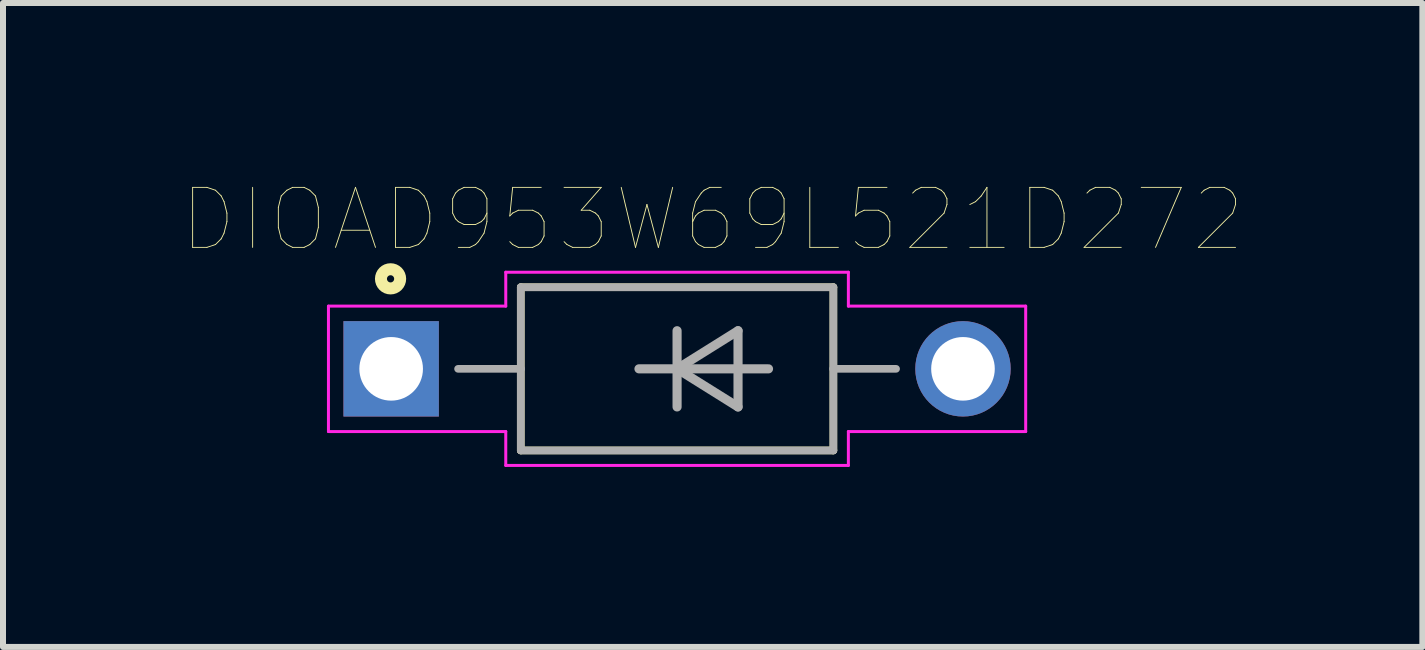
<source format=kicad_pcb>
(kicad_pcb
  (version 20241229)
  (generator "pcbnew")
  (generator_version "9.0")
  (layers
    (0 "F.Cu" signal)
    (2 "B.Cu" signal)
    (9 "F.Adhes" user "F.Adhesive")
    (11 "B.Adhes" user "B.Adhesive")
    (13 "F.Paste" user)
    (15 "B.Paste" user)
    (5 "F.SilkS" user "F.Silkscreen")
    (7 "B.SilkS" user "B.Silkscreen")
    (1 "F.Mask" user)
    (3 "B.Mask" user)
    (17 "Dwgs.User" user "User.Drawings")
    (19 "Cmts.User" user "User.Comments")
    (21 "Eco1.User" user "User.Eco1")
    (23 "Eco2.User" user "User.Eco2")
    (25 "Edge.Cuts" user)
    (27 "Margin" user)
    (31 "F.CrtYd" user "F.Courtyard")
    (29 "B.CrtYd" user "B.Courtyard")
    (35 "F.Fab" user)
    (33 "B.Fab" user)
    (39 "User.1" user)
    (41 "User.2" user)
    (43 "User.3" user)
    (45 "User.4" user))
  (footprint "DIOAD953W69L521D272"
    (layer "F.Cu")
    (at 8.234 3.097)
    (property "Reference" "DIOAD953W69L521D272" (at 0.593 -2.486 0) (layer "F.SilkS") (effects (font (size 1 1) (thickness 0.015))))
    (attr through_hole)
    (fp_line (start -2.605 -1.36) (end 2.605 -1.36) (stroke (width 0.127) (type solid)) (layer "F.SilkS"))
    (fp_line (start -2.605 1.36) (end -2.605 -1.36) (stroke (width 0.127) (type solid)) (layer "F.SilkS"))
    (fp_line (start 2.605 -1.36) (end 2.605 1.36) (stroke (width 0.127) (type solid)) (layer "F.SilkS"))
    (fp_line (start 2.605 1.36) (end -2.605 1.36) (stroke (width 0.127) (type solid)) (layer "F.SilkS"))
    (fp_circle (center -4.775 -1.5) (end -4.615 -1.5) (stroke (width 0.2) (type solid)) (fill no) (layer "F.SilkS"))
    (fp_line (start -5.81 -1.045) (end -2.855 -1.045) (stroke (width 0.05) (type solid)) (layer "F.CrtYd"))
    (fp_line (start -5.81 1.045) (end -5.81 -1.045) (stroke (width 0.05) (type solid)) (layer "F.CrtYd"))
    (fp_line (start -2.855 -1.61) (end 2.855 -1.61) (stroke (width 0.05) (type solid)) (layer "F.CrtYd"))
    (fp_line (start -2.855 -1.045) (end -2.855 -1.61) (stroke (width 0.05) (type solid)) (layer "F.CrtYd"))
    (fp_line (start -2.855 1.045) (end -5.81 1.045) (stroke (width 0.05) (type solid)) (layer "F.CrtYd"))
    (fp_line (start -2.855 1.61) (end -2.855 1.045) (stroke (width 0.05) (type solid)) (layer "F.CrtYd"))
    (fp_line (start 2.855 -1.61) (end 2.855 -1.045) (stroke (width 0.05) (type solid)) (layer "F.CrtYd"))
    (fp_line (start 2.855 -1.045) (end 5.81 -1.045) (stroke (width 0.05) (type solid)) (layer "F.CrtYd"))
    (fp_line (start 2.855 1.045) (end 2.855 1.61) (stroke (width 0.05) (type solid)) (layer "F.CrtYd"))
    (fp_line (start 2.855 1.61) (end -2.855 1.61) (stroke (width 0.05) (type solid)) (layer "F.CrtYd"))
    (fp_line (start 5.81 -1.045) (end 5.81 1.045) (stroke (width 0.05) (type solid)) (layer "F.CrtYd"))
    (fp_line (start 5.81 1.045) (end 2.855 1.045) (stroke (width 0.05) (type solid)) (layer "F.CrtYd"))
    (fp_line (start -2.605 -1.36) (end -2.605 1.36) (stroke (width 0.127) (type solid)) (layer "F.Fab"))
    (fp_line (start -2.605 -1.36) (end 2.605 -1.36) (stroke (width 0.127) (type solid)) (layer "F.Fab"))
    (fp_line (start -2.6 0) (end -3.65 0) (stroke (width 0.127) (type solid)) (layer "F.Fab"))
    (fp_line (start -0.635 0) (end 0 0) (stroke (width 0.152) (type solid)) (layer "F.Fab"))
    (fp_line (start 0 -0.635) (end 0 0) (stroke (width 0.152) (type solid)) (layer "F.Fab"))
    (fp_line (start 0 0) (end 0 0.635) (stroke (width 0.152) (type solid)) (layer "F.Fab"))
    (fp_line (start 0 0) (end 1.016 -0.635) (stroke (width 0.152) (type solid)) (layer "F.Fab"))
    (fp_line (start 0 0) (end 1.524 0) (stroke (width 0.152) (type solid)) (layer "F.Fab"))
    (fp_line (start 1.016 -0.635) (end 1.016 0.635) (stroke (width 0.152) (type solid)) (layer "F.Fab"))
    (fp_line (start 1.016 0.635) (end 0 0) (stroke (width 0.152) (type solid)) (layer "F.Fab"))
    (fp_line (start 2.6 0) (end 3.65 0) (stroke (width 0.127) (type solid)) (layer "F.Fab"))
    (fp_line (start 2.605 1.36) (end -2.605 1.36) (stroke (width 0.127) (type solid)) (layer "F.Fab"))
    (fp_line (start 2.605 1.36) (end 2.605 -1.36) (stroke (width 0.127) (type solid)) (layer "F.Fab"))
    (pad "A" thru_hole circle (at 4.765 0) (size 1.59 1.59) (drill 1.06) (layers "*.Cu" "*.Mask"))
    (pad "C" thru_hole rect (at -4.765 0) (size 1.59 1.59) (drill 1.06) (layers "*.Cu" "*.Mask")))
  (gr_rect
    (start -3 -3)
    (end 20.655 7.732)
    (stroke (width 0.1) (type default))
    (fill no)
    (layer "Edge.Cuts")))
</source>
